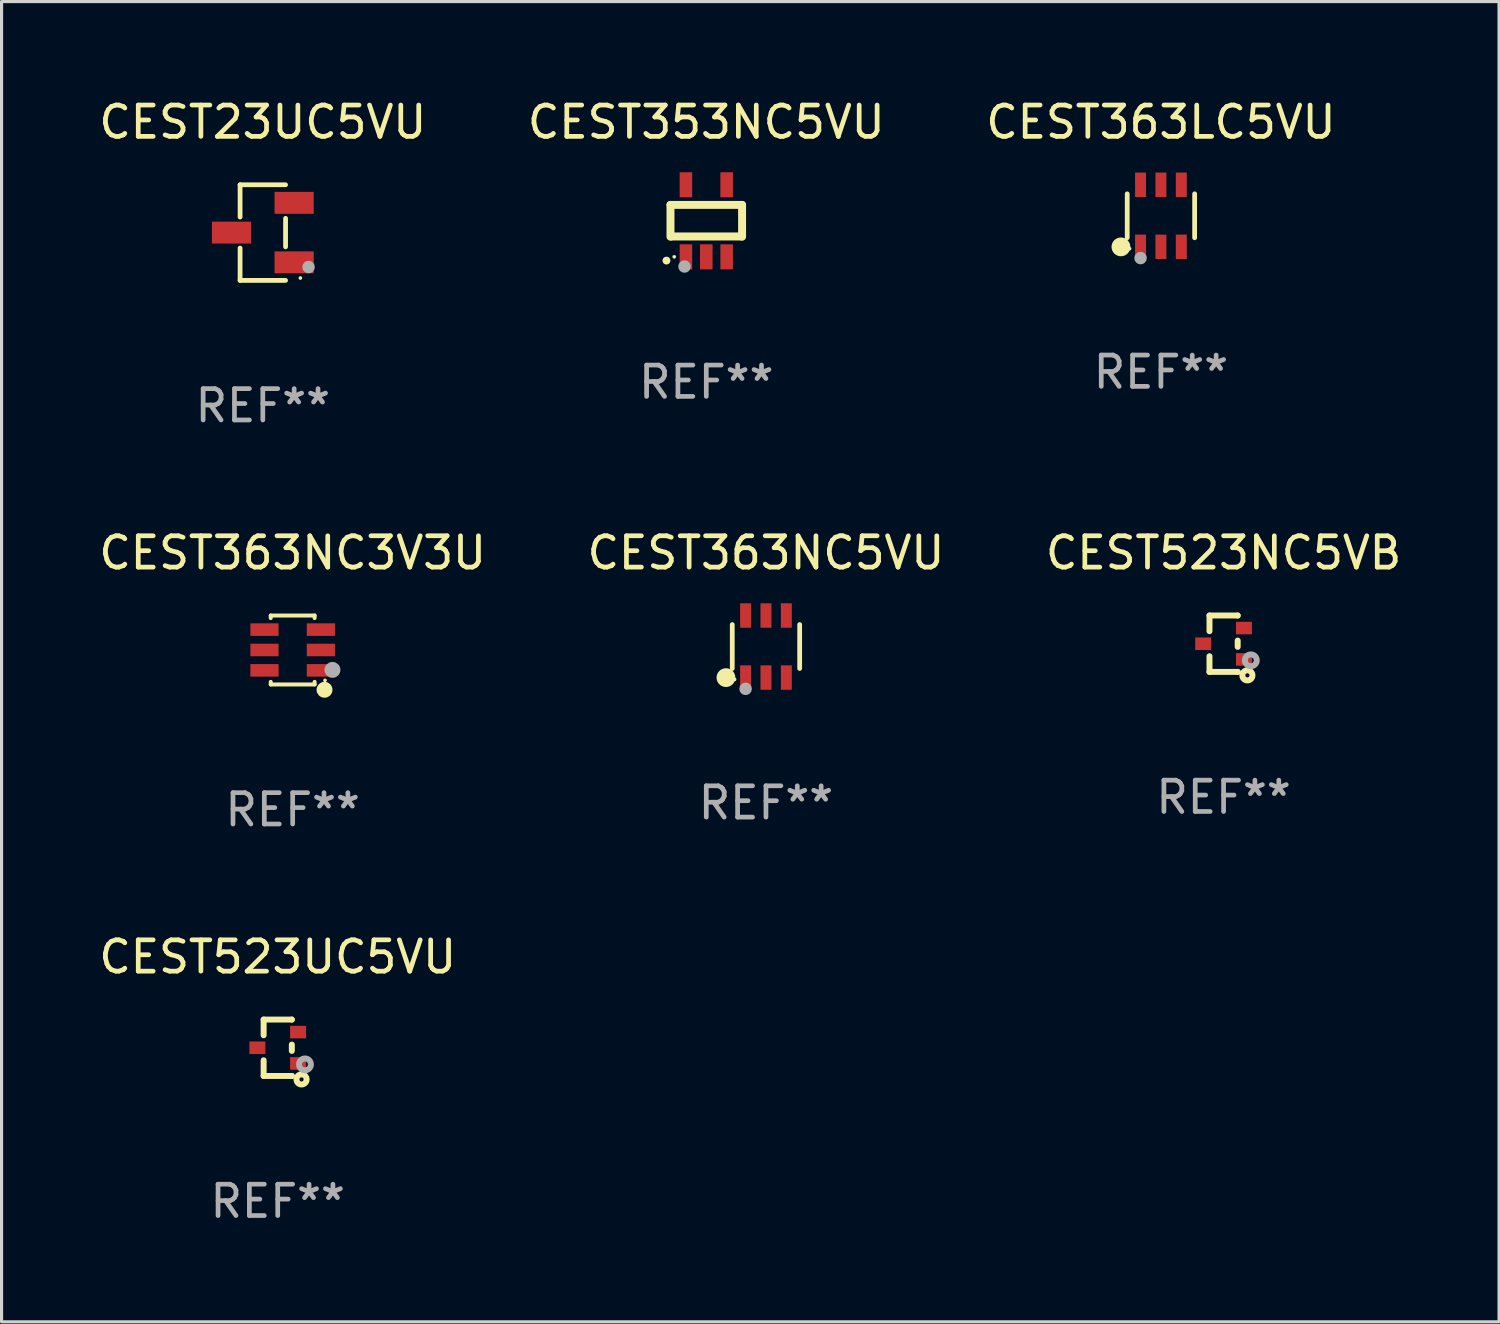
<source format=kicad_pcb>
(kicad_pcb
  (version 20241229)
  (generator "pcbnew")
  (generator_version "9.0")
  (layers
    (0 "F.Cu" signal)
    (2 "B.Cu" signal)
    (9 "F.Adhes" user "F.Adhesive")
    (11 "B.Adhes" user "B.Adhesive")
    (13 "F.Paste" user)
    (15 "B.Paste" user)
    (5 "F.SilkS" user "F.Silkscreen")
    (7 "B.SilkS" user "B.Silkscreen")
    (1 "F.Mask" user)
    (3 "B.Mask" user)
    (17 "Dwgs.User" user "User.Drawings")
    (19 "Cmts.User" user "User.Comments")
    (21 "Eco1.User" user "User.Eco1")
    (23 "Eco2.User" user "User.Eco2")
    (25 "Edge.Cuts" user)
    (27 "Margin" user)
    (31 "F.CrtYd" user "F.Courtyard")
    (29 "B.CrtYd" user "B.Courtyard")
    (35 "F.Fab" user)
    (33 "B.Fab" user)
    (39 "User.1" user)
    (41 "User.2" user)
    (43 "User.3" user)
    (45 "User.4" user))
  (footprint "CEST363NC3V3U"
    (layer "F.Cu")
    (at 6.292 17.697)
    (property "Reference" "CEST363NC3V3U" (at 0 -3.1 0) (layer "F.SilkS") (effects (font (size 1 1) (thickness 0.15))))
    (attr through_hole)
    (fp_line (start -0.7 -1.018) (end -0.7 -1.1) (stroke (width 0.127) (type solid)) (layer "F.SilkS"))
    (fp_line (start -0.7 1.1) (end -0.7 1.018) (stroke (width 0.127) (type solid)) (layer "F.SilkS"))
    (fp_line (start 0.7 -1.1) (end -0.7 -1.1) (stroke (width 0.127) (type solid)) (layer "F.SilkS"))
    (fp_line (start 0.7 -1.018) (end 0.7 -1.1) (stroke (width 0.127) (type solid)) (layer "F.SilkS"))
    (fp_line (start 0.7 1.1) (end -0.7 1.1) (stroke (width 0.127) (type solid)) (layer "F.SilkS"))
    (fp_line (start 0.7 1.1) (end 0.7 1.018) (stroke (width 0.127) (type solid)) (layer "F.SilkS"))
    (fp_circle (center 1.016 1.27) (end 1.143 1.27) (stroke (width 0.254) (type solid)) (fill no) (layer "F.SilkS"))
    (fp_circle (center 1.032 0.97) (end 1.062 0.97) (stroke (width 0.06) (type solid)) (fill no) (layer "F.SilkS"))
    (fp_circle (center 1.27 0.635) (end 1.397 0.635) (stroke (width 0.254) (type solid)) (fill no) (layer "F.Fab"))
    (fp_text user "REF**" (at 0 5.1 0) (layer "F.Fab") (effects (font (size 1 1) (thickness 0.15))))
    (pad "1" smd rect (at 0.9 0.65 90) (size 0.4 0.9) (layers "F.Cu" "F.Mask" "F.Paste"))
    (pad "2" smd rect (at 0.9 -0.000102 90) (size 0.4 0.9) (layers "F.Cu" "F.Mask" "F.Paste"))
    (pad "3" smd rect (at 0.9 -0.65 90) (size 0.4 0.9) (layers "F.Cu" "F.Mask" "F.Paste"))
    (pad "4" smd rect (at -0.9 -0.65 90) (size 0.4 0.9) (layers "F.Cu" "F.Mask" "F.Paste"))
    (pad "5" smd rect (at -0.9 -0.000102 90) (size 0.4 0.9) (layers "F.Cu" "F.Mask" "F.Paste"))
    (pad "6" smd rect (at -0.9 0.65 90) (size 0.4 0.9) (layers "F.Cu" "F.Mask" "F.Paste")))
  (footprint "CEST363LC5VU"
    (layer "F.Cu")
    (at 34.006 3.838)
    (property "Reference" "CEST363LC5VU" (at 0 -2.99 0) (layer "F.SilkS") (effects (font (size 1 1) (thickness 0.15))))
    (attr through_hole)
    (fp_line (start -1.076 0.701) (end -1.076 -0.701) (stroke (width 0.152) (type solid)) (layer "F.SilkS"))
    (fp_line (start 1.076 0.701) (end 1.076 -0.701) (stroke (width 0.152) (type solid)) (layer "F.SilkS"))
    (fp_circle (center -1.277 0.992) (end -1.127 0.992) (stroke (width 0.3) (type solid)) (fill no) (layer "F.SilkS"))
    (fp_circle (center -1 1.05) (end -0.97 1.05) (stroke (width 0.06) (type solid)) (fill no) (layer "F.SilkS"))
    (fp_circle (center -0.65 1.35) (end -0.55 1.35) (stroke (width 0.2) (type solid)) (fill no) (layer "F.Fab"))
    (fp_text user "REF**" (at 0 4.99 0) (layer "F.Fab") (effects (font (size 1 1) (thickness 0.15))))
    (pad "1" smd rect (at -0.65 0.99) (size 0.35 0.78) (layers "F.Cu" "F.Mask" "F.Paste"))
    (pad "2" smd rect (at 0 0.99) (size 0.35 0.78) (layers "F.Cu" "F.Mask" "F.Paste"))
    (pad "3" smd rect (at 0.65 0.99) (size 0.35 0.78) (layers "F.Cu" "F.Mask" "F.Paste"))
    (pad "4" smd rect (at 0.65 -0.99) (size 0.35 0.78) (layers "F.Cu" "F.Mask" "F.Paste"))
    (pad "5" smd rect (at 0 -0.99) (size 0.35 0.78) (layers "F.Cu" "F.Mask" "F.Paste"))
    (pad "6" smd rect (at -0.65 -0.99) (size 0.35 0.78) (layers "F.Cu" "F.Mask" "F.Paste")))
  (footprint "CEST353NC5VU"
    (layer "F.Cu")
    (at 19.494 3.998)
    (property "Reference" "CEST353NC5VU" (at 0 -3.15 0) (layer "F.SilkS") (effects (font (size 1 1) (thickness 0.15))))
    (attr through_hole)
    (fp_line (start -1.143 -0.508) (end -1.143 0.508) (stroke (width 0.254) (type solid)) (layer "F.SilkS"))
    (fp_line (start -1.1 0.5) (end 1.1 0.5) (stroke (width 0.254) (type solid)) (layer "F.SilkS"))
    (fp_line (start 1.143 -0.508) (end -1.143 -0.508) (stroke (width 0.254) (type solid)) (layer "F.SilkS"))
    (fp_line (start 1.143 0.508) (end 1.143 -0.508) (stroke (width 0.254) (type solid)) (layer "F.SilkS"))
    (fp_arc (start -1.272543 1.26999) (mid -1.271273 1.269983) (end -1.270003 1.26999) (stroke (width 0.24892) (type solid)) (layer "F.SilkS"))
    (fp_circle (center -1.024 1.149) (end -0.994 1.149) (stroke (width 0.06) (type solid)) (fill no) (layer "F.SilkS"))
    (fp_circle (center -0.695 1.459) (end -0.595 1.459) (stroke (width 0.2) (type solid)) (fill no) (layer "F.Fab"))
    (fp_text user "REF**" (at 0 5.15 0) (layer "F.Fab") (effects (font (size 1 1) (thickness 0.15))))
    (pad "1" smd rect (at -0.65 1.15) (size 0.4 0.8) (layers "F.Cu" "F.Mask" "F.Paste"))
    (pad "2" smd rect (at 0 1.15) (size 0.4 0.8) (layers "F.Cu" "F.Mask" "F.Paste"))
    (pad "3" smd rect (at 0.65 1.15) (size 0.4 0.8) (layers "F.Cu" "F.Mask" "F.Paste"))
    (pad "4" smd rect (at 0.65 -1.15) (size 0.4 0.8) (layers "F.Cu" "F.Mask" "F.Paste"))
    (pad "5" smd rect (at -0.65 -1.15) (size 0.4 0.8) (layers "F.Cu" "F.Mask" "F.Paste")))
  (footprint "CEST523UC5VU"
    (layer "F.Cu")
    (at 5.815 30.394)
    (property "Reference" "CEST523UC5VU" (at 0 -2.9 0) (layer "F.SilkS") (effects (font (size 1 1) (thickness 0.15))))
    (attr through_hole)
    (fp_line (start -0.45 -0.9) (end 0.45 -0.9) (stroke (width 0.19) (type solid)) (layer "F.SilkS"))
    (fp_line (start -0.45 -0.399) (end -0.45 -0.9) (stroke (width 0.19) (type solid)) (layer "F.SilkS"))
    (fp_line (start -0.45 0.9) (end -0.45 0.399) (stroke (width 0.19) (type solid)) (layer "F.SilkS"))
    (fp_line (start -0.45 0.9) (end 0.45 0.9) (stroke (width 0.19) (type solid)) (layer "F.SilkS"))
    (fp_line (start 0.45 -0.899) (end 0.45 -0.9) (stroke (width 0.19) (type solid)) (layer "F.SilkS"))
    (fp_line (start 0.45 0.101) (end 0.45 -0.101) (stroke (width 0.19) (type solid)) (layer "F.SilkS"))
    (fp_line (start 0.45 0.9) (end 0.45 0.899) (stroke (width 0.19) (type solid)) (layer "F.SilkS"))
    (fp_circle (center 0.76 1.01) (end 0.827 1.01) (stroke (width 0.19) (type solid)) (fill no) (layer "F.SilkS"))
    (fp_circle (center 0.8 0.8) (end 0.81 0.8) (stroke (width 0.02) (type solid)) (fill no) (layer "F.SilkS"))
    (fp_circle (center 0.87 0.53) (end 0.964 0.53) (stroke (width 0.19) (type solid)) (fill no) (layer "F.Fab"))
    (fp_text user "REF**" (at 0 4.9 0) (layer "F.Fab") (effects (font (size 1 1) (thickness 0.15))))
    (pad "1" smd rect (at 0.65 0.5 90) (size 0.4 0.51) (layers "F.Cu" "F.Mask" "F.Paste"))
    (pad "2" smd rect (at 0.65 -0.5 90) (size 0.4 0.51) (layers "F.Cu" "F.Mask" "F.Paste"))
    (pad "3" smd rect (at -0.65 0.000127 90) (size 0.4 0.51) (layers "F.Cu" "F.Mask" "F.Paste")))
  (footprint "CEST523NC5VB"
    (layer "F.Cu")
    (at 36.006 17.497)
    (property "Reference" "CEST523NC5VB" (at 0 -2.9 0) (layer "F.SilkS") (effects (font (size 1 1) (thickness 0.15))))
    (attr through_hole)
    (fp_line (start -0.45 -0.9) (end 0.45 -0.9) (stroke (width 0.19) (type solid)) (layer "F.SilkS"))
    (fp_line (start -0.45 -0.399) (end -0.45 -0.9) (stroke (width 0.19) (type solid)) (layer "F.SilkS"))
    (fp_line (start -0.45 0.9) (end -0.45 0.399) (stroke (width 0.19) (type solid)) (layer "F.SilkS"))
    (fp_line (start -0.45 0.9) (end 0.45 0.9) (stroke (width 0.19) (type solid)) (layer "F.SilkS"))
    (fp_line (start 0.45 -0.899) (end 0.45 -0.9) (stroke (width 0.19) (type solid)) (layer "F.SilkS"))
    (fp_line (start 0.45 0.101) (end 0.45 -0.101) (stroke (width 0.19) (type solid)) (layer "F.SilkS"))
    (fp_line (start 0.45 0.9) (end 0.45 0.899) (stroke (width 0.19) (type solid)) (layer "F.SilkS"))
    (fp_circle (center 0.76 1.01) (end 0.827 1.01) (stroke (width 0.19) (type solid)) (fill no) (layer "F.SilkS"))
    (fp_circle (center 0.8 0.8) (end 0.81 0.8) (stroke (width 0.02) (type solid)) (fill no) (layer "F.SilkS"))
    (fp_circle (center 0.87 0.53) (end 0.964 0.53) (stroke (width 0.19) (type solid)) (fill no) (layer "F.Fab"))
    (fp_text user "REF**" (at 0 4.9 0) (layer "F.Fab") (effects (font (size 1 1) (thickness 0.15))))
    (pad "1" smd rect (at 0.65 0.5 90) (size 0.4 0.51) (layers "F.Cu" "F.Mask" "F.Paste"))
    (pad "2" smd rect (at 0.65 -0.5 90) (size 0.4 0.51) (layers "F.Cu" "F.Mask" "F.Paste"))
    (pad "3" smd rect (at -0.65 0.000127 90) (size 0.4 0.51) (layers "F.Cu" "F.Mask" "F.Paste")))
  (footprint "CEST363NC5VU"
    (layer "F.Cu")
    (at 21.399 17.587)
    (property "Reference" "CEST363NC5VU" (at 0 -2.99 0) (layer "F.SilkS") (effects (font (size 1 1) (thickness 0.15))))
    (attr through_hole)
    (fp_line (start -1.076 0.701) (end -1.076 -0.701) (stroke (width 0.152) (type solid)) (layer "F.SilkS"))
    (fp_line (start 1.076 0.701) (end 1.076 -0.701) (stroke (width 0.152) (type solid)) (layer "F.SilkS"))
    (fp_circle (center -1.277 0.992) (end -1.127 0.992) (stroke (width 0.3) (type solid)) (fill no) (layer "F.SilkS"))
    (fp_circle (center -1 1.05) (end -0.97 1.05) (stroke (width 0.06) (type solid)) (fill no) (layer "F.SilkS"))
    (fp_circle (center -0.65 1.35) (end -0.55 1.35) (stroke (width 0.2) (type solid)) (fill no) (layer "F.Fab"))
    (fp_text user "REF**" (at 0 4.99 0) (layer "F.Fab") (effects (font (size 1 1) (thickness 0.15))))
    (pad "1" smd rect (at -0.65 0.99) (size 0.35 0.78) (layers "F.Cu" "F.Mask" "F.Paste"))
    (pad "2" smd rect (at 0 0.99) (size 0.35 0.78) (layers "F.Cu" "F.Mask" "F.Paste"))
    (pad "3" smd rect (at 0.65 0.99) (size 0.35 0.78) (layers "F.Cu" "F.Mask" "F.Paste"))
    (pad "4" smd rect (at 0.65 -0.99) (size 0.35 0.78) (layers "F.Cu" "F.Mask" "F.Paste"))
    (pad "5" smd rect (at 0 -0.99) (size 0.35 0.78) (layers "F.Cu" "F.Mask" "F.Paste"))
    (pad "6" smd rect (at -0.65 -0.99) (size 0.35 0.78) (layers "F.Cu" "F.Mask" "F.Paste")))
  (footprint "CEST23UC5VU"
    (layer "F.Cu")
    (at 5.339 4.374)
    (property "Reference" "CEST23UC5VU" (at 0 -3.526 0) (layer "F.SilkS") (effects (font (size 1 1) (thickness 0.15))))
    (attr through_hole)
    (fp_line (start -0.726 -1.526) (end -0.726 -0.495) (stroke (width 0.152) (type solid)) (layer "F.SilkS"))
    (fp_line (start -0.726 1.526) (end -0.726 0.495) (stroke (width 0.152) (type solid)) (layer "F.SilkS"))
    (fp_line (start 0.726 -1.526) (end -0.726 -1.526) (stroke (width 0.152) (type solid)) (layer "F.SilkS"))
    (fp_line (start 0.726 -0.455) (end 0.726 0.455) (stroke (width 0.152) (type solid)) (layer "F.SilkS"))
    (fp_line (start 0.726 1.526) (end -0.726 1.526) (stroke (width 0.152) (type solid)) (layer "F.SilkS"))
    (fp_circle (center 1.2 1.45) (end 1.23 1.45) (stroke (width 0.06) (type solid)) (fill no) (layer "F.SilkS"))
    (fp_circle (center 1.46 1.1) (end 1.56 1.1) (stroke (width 0.2) (type solid)) (fill no) (layer "F.Fab"))
    (fp_text user "REF**" (at 0 5.526 0) (layer "F.Fab") (effects (font (size 1 1) (thickness 0.15))))
    (pad "1" smd rect (at 1 0.95) (size 1.25 0.7) (layers "F.Cu" "F.Mask" "F.Paste"))
    (pad "2" smd rect (at 1 -0.95) (size 1.25 0.7) (layers "F.Cu" "F.Mask" "F.Paste"))
    (pad "3" smd rect (at -1 0) (size 1.25 0.7) (layers "F.Cu" "F.Mask" "F.Paste")))
  (gr_rect
    (start -3 -3)
    (end 44.798 39.142)
    (stroke (width 0.1) (type default))
    (fill no)
    (layer "Edge.Cuts")))
</source>
